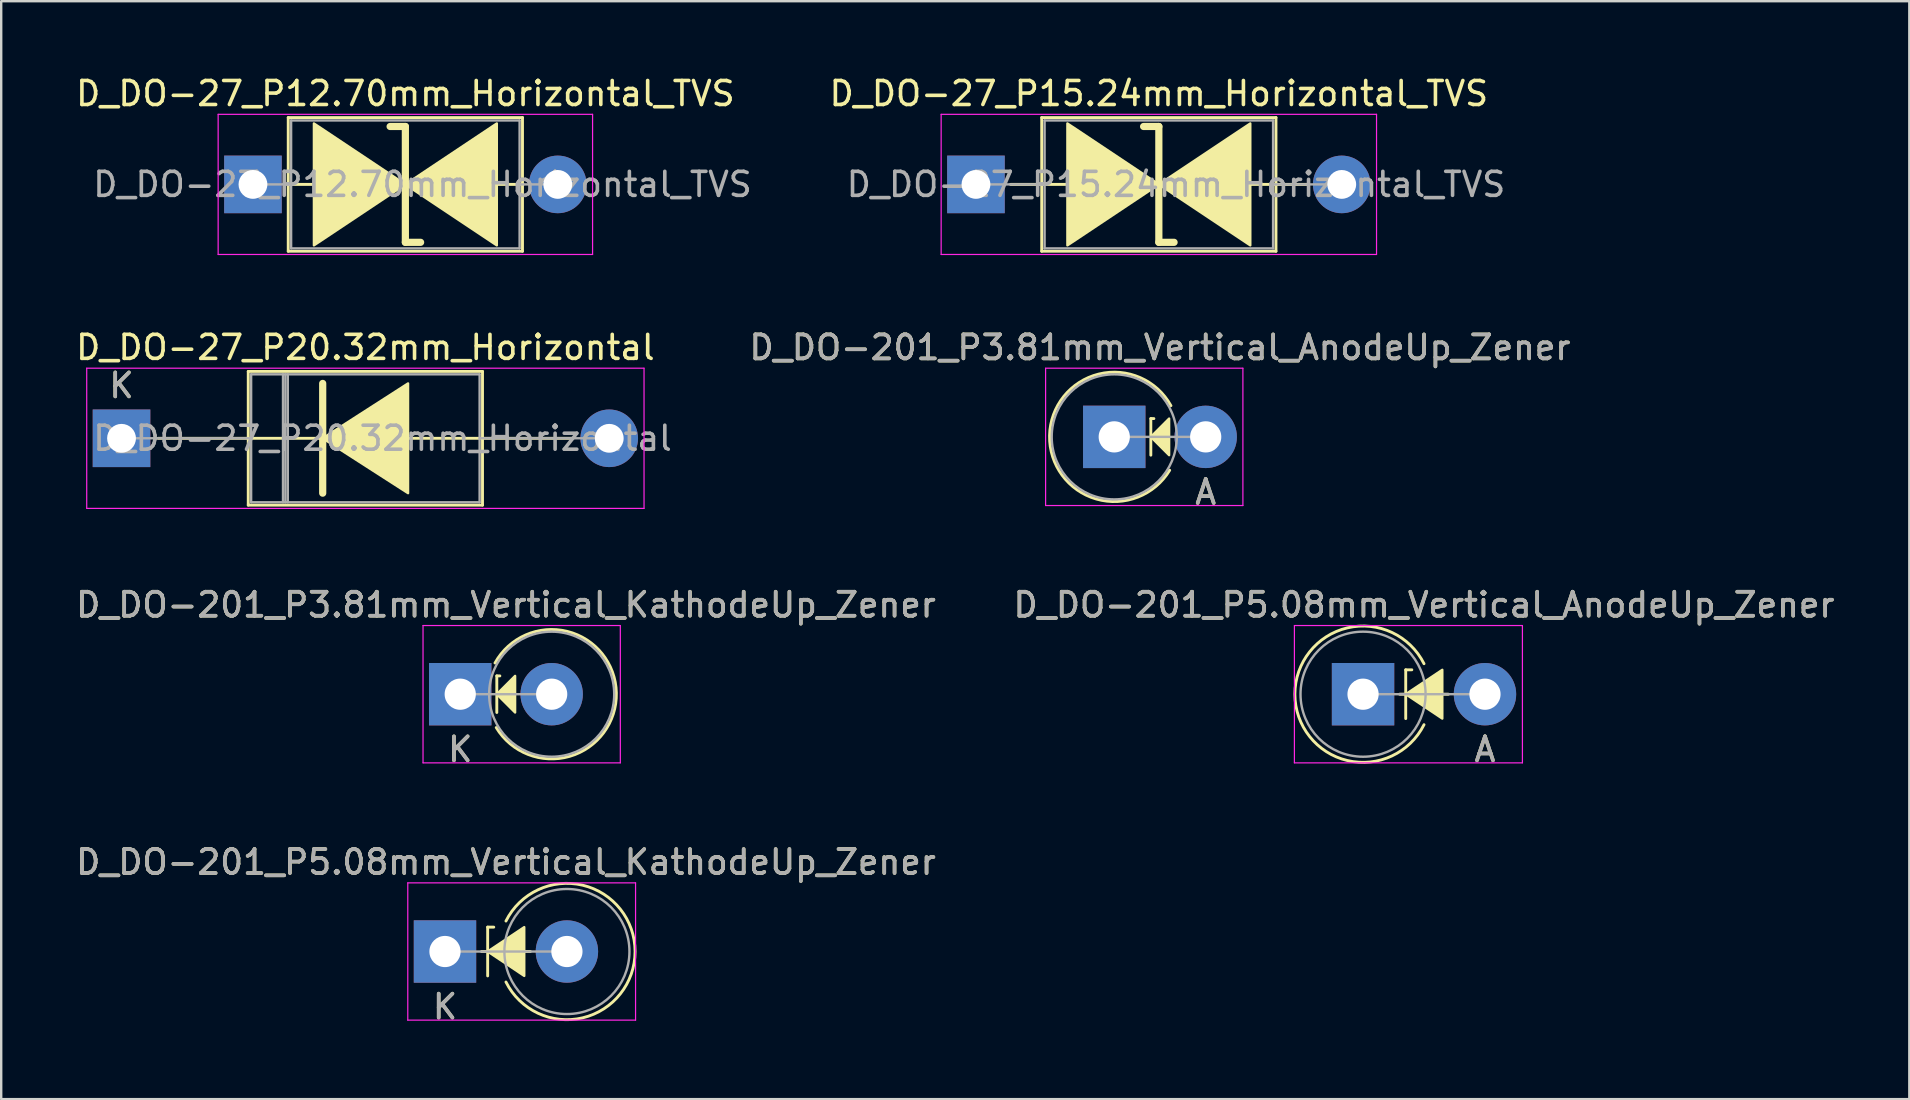
<source format=kicad_pcb>
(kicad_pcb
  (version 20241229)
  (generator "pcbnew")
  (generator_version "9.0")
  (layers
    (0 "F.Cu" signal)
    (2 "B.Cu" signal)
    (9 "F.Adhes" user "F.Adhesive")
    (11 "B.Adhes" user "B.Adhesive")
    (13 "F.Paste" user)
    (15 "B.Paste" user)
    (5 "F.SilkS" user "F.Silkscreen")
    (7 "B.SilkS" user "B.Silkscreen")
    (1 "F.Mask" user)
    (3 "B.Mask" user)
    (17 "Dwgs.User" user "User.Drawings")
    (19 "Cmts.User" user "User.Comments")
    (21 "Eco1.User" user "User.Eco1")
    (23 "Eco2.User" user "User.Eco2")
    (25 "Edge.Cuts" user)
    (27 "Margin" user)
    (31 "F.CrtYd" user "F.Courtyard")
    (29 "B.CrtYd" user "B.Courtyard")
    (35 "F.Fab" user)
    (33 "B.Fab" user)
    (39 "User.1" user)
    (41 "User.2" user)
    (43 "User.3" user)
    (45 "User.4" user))
  (footprint "D_DO-27_P12.70mm_Horizontal_TVS"
    (layer "F.Cu")
    (at 7.489 4.633)
    (property "Reference" "D_DO-27_P12.70mm_Horizontal_TVS" (at 6.35 -3.785 0) (layer "F.SilkS") (effects (font (size 1 1) (thickness 0.15))))
    (attr through_hole)
    (fp_line (start 1.44 0) (end 1.47 0) (stroke (width 0.12) (type solid)) (layer "F.SilkS"))
    (fp_line (start 1.47 -2.785) (end 1.47 2.785) (stroke (width 0.12) (type solid)) (layer "F.SilkS"))
    (fp_line (start 1.47 0) (end 2.54 0) (stroke (width 0.12) (type solid)) (layer "F.SilkS"))
    (fp_line (start 1.47 2.785) (end 11.23 2.785) (stroke (width 0.12) (type solid)) (layer "F.SilkS"))
    (fp_line (start 6.35 -2.413) (end 5.715 -2.413) (stroke (width 0.3) (type solid)) (layer "F.SilkS"))
    (fp_line (start 6.35 2.413) (end 6.35 -2.413) (stroke (width 0.3) (type solid)) (layer "F.SilkS"))
    (fp_line (start 6.985 2.413) (end 6.35 2.413) (stroke (width 0.3) (type solid)) (layer "F.SilkS"))
    (fp_line (start 10.16 0) (end 11.23 0) (stroke (width 0.12) (type solid)) (layer "F.SilkS"))
    (fp_line (start 11.23 -2.785) (end 1.47 -2.785) (stroke (width 0.12) (type solid)) (layer "F.SilkS"))
    (fp_line (start 11.23 2.785) (end 11.23 -2.785) (stroke (width 0.12) (type solid)) (layer "F.SilkS"))
    (fp_line (start 11.26 0) (end 11.23 0) (stroke (width 0.12) (type solid)) (layer "F.SilkS"))
    (fp_poly (pts (xy 6.35 0) (xy 2.54 2.54) (xy 2.54 -2.54)) (stroke (width 0.1) (type solid)) (fill yes) (layer "F.SilkS"))
    (fp_poly (pts (xy 6.35 0) (xy 10.16 -2.54) (xy 10.16 2.54)) (stroke (width 0.1) (type solid)) (fill yes) (layer "F.SilkS"))
    (fp_line (start -1.45 -2.92) (end -1.45 2.92) (stroke (width 0.05) (type solid)) (layer "F.CrtYd"))
    (fp_line (start -1.45 2.92) (end 14.15 2.92) (stroke (width 0.05) (type solid)) (layer "F.CrtYd"))
    (fp_line (start 14.15 -2.92) (end -1.45 -2.92) (stroke (width 0.05) (type solid)) (layer "F.CrtYd"))
    (fp_line (start 14.15 2.92) (end 14.15 -2.92) (stroke (width 0.05) (type solid)) (layer "F.CrtYd"))
    (fp_line (start 0 0) (end 1.59 0) (stroke (width 0.1) (type solid)) (layer "F.Fab"))
    (fp_line (start 1.59 -2.665) (end 1.59 2.665) (stroke (width 0.1) (type solid)) (layer "F.Fab"))
    (fp_line (start 1.59 2.665) (end 11.11 2.665) (stroke (width 0.1) (type solid)) (layer "F.Fab"))
    (fp_line (start 11.11 -2.665) (end 1.59 -2.665) (stroke (width 0.1) (type solid)) (layer "F.Fab"))
    (fp_line (start 11.11 2.665) (end 11.11 -2.665) (stroke (width 0.1) (type solid)) (layer "F.Fab"))
    (fp_line (start 12.7 0) (end 11.11 0) (stroke (width 0.1) (type solid)) (layer "F.Fab"))
    (fp_text user "${REFERENCE}" (at 7.064 0 0) (layer "F.Fab") (effects (font (size 1 1) (thickness 0.15))))
    (pad "1" thru_hole rect (at 0 0) (size 2.4 2.4) (drill 1.2) (layers "*.Cu" "*.Mask"))
    (pad "2" thru_hole oval (at 12.7 0) (size 2.4 2.4) (drill 1.2) (layers "*.Cu" "*.Mask")))
  (footprint "D_DO-201_P3.81mm_Vertical_AnodeUp_Zener"
    (layer "F.Cu")
    (at 43.374 15.152)
    (property "Reference" "D_DO-201_P3.81mm_Vertical_AnodeUp_Zener" (at 1.905 -3.725 0) (layer "F.SilkS") (effects (font (size 1 1) (thickness 0.15))))
    (attr through_hole)
    (fp_line (start 1.524 -0.762) (end 1.524 0.762) (stroke (width 0.12) (type solid)) (layer "F.SilkS"))
    (fp_line (start 1.524 -0.762) (end 1.651 -0.762) (stroke (width 0.12) (type solid)) (layer "F.SilkS"))
    (fp_arc (start 2.30942 1.390181) (mid -2.695054 -0.052035) (end 2.361361 -1.3) (stroke (width 0.12) (type solid)) (layer "F.SilkS"))
    (fp_poly (pts (xy 2.286 0.762) (xy 1.524 0) (xy 2.286 -0.762)) (stroke (width 0.1) (type solid)) (fill yes) (layer "F.SilkS"))
    (fp_line (start -2.86 -2.86) (end -2.86 2.86) (stroke (width 0.05) (type solid)) (layer "F.CrtYd"))
    (fp_line (start -2.86 2.86) (end 5.36 2.86) (stroke (width 0.05) (type solid)) (layer "F.CrtYd"))
    (fp_line (start 5.36 -2.86) (end -2.86 -2.86) (stroke (width 0.05) (type solid)) (layer "F.CrtYd"))
    (fp_line (start 5.36 2.86) (end 5.36 -2.86) (stroke (width 0.05) (type solid)) (layer "F.CrtYd"))
    (fp_line (start 0 0) (end 3.81 0) (stroke (width 0.1) (type solid)) (layer "F.Fab"))
    (fp_circle (center 0 0) (end 2.605 0) (stroke (width 0.1) (type solid)) (fill no) (layer "F.Fab"))
    (fp_text user "A" (at 3.81 2.3 0) (layer "F.SilkS") (effects (font (size 1 1) (thickness 0.15))))
    (fp_text user "${REFERENCE}" (at 1.905 -3.725 0) (layer "F.Fab") (effects (font (size 1 1) (thickness 0.15))))
    (fp_text user "A" (at 3.81 2.3 0) (layer "F.Fab") (effects (font (size 1 1) (thickness 0.15))))
    (pad "1" thru_hole rect (at 0 0) (size 2.6 2.6) (drill 1.3) (layers "*.Cu" "*.Mask"))
    (pad "2" thru_hole oval (at 3.81 0) (size 2.6 2.6) (drill 1.3) (layers "*.Cu" "*.Mask")))
  (footprint "D_DO-27_P15.24mm_Horizontal_TVS"
    (layer "F.Cu")
    (at 37.612 4.633)
    (property "Reference" "D_DO-27_P15.24mm_Horizontal_TVS" (at 7.62 -3.785 0) (layer "F.SilkS") (effects (font (size 1 1) (thickness 0.15))))
    (attr through_hole)
    (fp_line (start 1.44 0) (end 2.74 0) (stroke (width 0.12) (type solid)) (layer "F.SilkS"))
    (fp_line (start 2.74 -2.785) (end 2.74 2.785) (stroke (width 0.12) (type solid)) (layer "F.SilkS"))
    (fp_line (start 2.74 0) (end 3.81 0) (stroke (width 0.12) (type solid)) (layer "F.SilkS"))
    (fp_line (start 2.74 2.785) (end 12.5 2.785) (stroke (width 0.12) (type solid)) (layer "F.SilkS"))
    (fp_line (start 7.62 -2.413) (end 6.985 -2.413) (stroke (width 0.3) (type solid)) (layer "F.SilkS"))
    (fp_line (start 7.62 2.413) (end 7.62 -2.413) (stroke (width 0.3) (type solid)) (layer "F.SilkS"))
    (fp_line (start 8.255 2.413) (end 7.62 2.413) (stroke (width 0.3) (type solid)) (layer "F.SilkS"))
    (fp_line (start 11.43 0) (end 12.5 0) (stroke (width 0.12) (type solid)) (layer "F.SilkS"))
    (fp_line (start 12.5 -2.785) (end 2.74 -2.785) (stroke (width 0.12) (type solid)) (layer "F.SilkS"))
    (fp_line (start 12.5 2.785) (end 12.5 -2.785) (stroke (width 0.12) (type solid)) (layer "F.SilkS"))
    (fp_line (start 13.8 0) (end 12.5 0) (stroke (width 0.12) (type solid)) (layer "F.SilkS"))
    (fp_poly (pts (xy 7.62 0) (xy 3.81 2.54) (xy 3.81 -2.54)) (stroke (width 0.1) (type solid)) (fill yes) (layer "F.SilkS"))
    (fp_poly (pts (xy 7.62 0) (xy 11.43 -2.54) (xy 11.43 2.54)) (stroke (width 0.1) (type solid)) (fill yes) (layer "F.SilkS"))
    (fp_line (start -1.45 -2.92) (end -1.45 2.92) (stroke (width 0.05) (type solid)) (layer "F.CrtYd"))
    (fp_line (start -1.45 2.92) (end 16.69 2.92) (stroke (width 0.05) (type solid)) (layer "F.CrtYd"))
    (fp_line (start 16.69 -2.92) (end -1.45 -2.92) (stroke (width 0.05) (type solid)) (layer "F.CrtYd"))
    (fp_line (start 16.69 2.92) (end 16.69 -2.92) (stroke (width 0.05) (type solid)) (layer "F.CrtYd"))
    (fp_line (start 0 0) (end 2.86 0) (stroke (width 0.1) (type solid)) (layer "F.Fab"))
    (fp_line (start 2.86 -2.665) (end 2.86 2.665) (stroke (width 0.1) (type solid)) (layer "F.Fab"))
    (fp_line (start 2.86 2.665) (end 12.38 2.665) (stroke (width 0.1) (type solid)) (layer "F.Fab"))
    (fp_line (start 12.38 -2.665) (end 2.86 -2.665) (stroke (width 0.1) (type solid)) (layer "F.Fab"))
    (fp_line (start 12.38 2.665) (end 12.38 -2.665) (stroke (width 0.1) (type solid)) (layer "F.Fab"))
    (fp_line (start 15.24 0) (end 12.38 0) (stroke (width 0.1) (type solid)) (layer "F.Fab"))
    (fp_text user "${REFERENCE}" (at 8.334 0 0) (layer "F.Fab") (effects (font (size 1 1) (thickness 0.15))))
    (pad "1" thru_hole rect (at 0 0) (size 2.4 2.4) (drill 1.2) (layers "*.Cu" "*.Mask"))
    (pad "2" thru_hole oval (at 15.24 0) (size 2.4 2.4) (drill 1.2) (layers "*.Cu" "*.Mask")))
  (footprint "D_DO-201_P3.81mm_Vertical_KathodeUp_Zener"
    (layer "F.Cu")
    (at 16.125 25.873)
    (property "Reference" "D_DO-201_P3.81mm_Vertical_KathodeUp_Zener" (at 1.905 -3.725 0) (layer "F.SilkS") (effects (font (size 1 1) (thickness 0.15))))
    (attr through_hole)
    (fp_line (start 1.524 -0.762) (end 1.524 0.762) (stroke (width 0.12) (type solid)) (layer "F.SilkS"))
    (fp_line (start 1.524 -0.762) (end 1.651 -0.762) (stroke (width 0.12) (type solid)) (layer "F.SilkS"))
    (fp_arc (start 1.448639 -1.3) (mid 6.505054 -0.052035) (end 1.50058 1.390181) (stroke (width 0.12) (type solid)) (layer "F.SilkS"))
    (fp_poly (pts (xy 2.286 0.762) (xy 1.524 0) (xy 2.286 -0.762)) (stroke (width 0.1) (type solid)) (fill yes) (layer "F.SilkS"))
    (fp_line (start -1.55 -2.86) (end -1.55 2.86) (stroke (width 0.05) (type solid)) (layer "F.CrtYd"))
    (fp_line (start -1.55 2.86) (end 6.67 2.86) (stroke (width 0.05) (type solid)) (layer "F.CrtYd"))
    (fp_line (start 6.67 -2.86) (end -1.55 -2.86) (stroke (width 0.05) (type solid)) (layer "F.CrtYd"))
    (fp_line (start 6.67 2.86) (end 6.67 -2.86) (stroke (width 0.05) (type solid)) (layer "F.CrtYd"))
    (fp_line (start 0 0) (end 3.81 0) (stroke (width 0.1) (type solid)) (layer "F.Fab"))
    (fp_circle (center 3.81 0) (end 6.415 0) (stroke (width 0.1) (type solid)) (fill no) (layer "F.Fab"))
    (fp_text user "K" (at 0 2.3 0) (layer "F.SilkS") (effects (font (size 1 1) (thickness 0.15))))
    (fp_text user "K" (at 0 2.3 0) (layer "F.Fab") (effects (font (size 1 1) (thickness 0.15))))
    (fp_text user "${REFERENCE}" (at 1.905 -3.725 0) (layer "F.Fab") (effects (font (size 1 1) (thickness 0.15))))
    (pad "1" thru_hole rect (at 0 0) (size 2.6 2.6) (drill 1.3) (layers "*.Cu" "*.Mask"))
    (pad "2" thru_hole oval (at 3.81 0) (size 2.6 2.6) (drill 1.3) (layers "*.Cu" "*.Mask")))
  (footprint "D_DO-27_P20.32mm_Horizontal"
    (layer "F.Cu")
    (at 2.013 15.211)
    (property "Reference" "D_DO-27_P20.32mm_Horizontal" (at 10.16 -3.785 0) (layer "F.SilkS") (effects (font (size 1 1) (thickness 0.15))))
    (attr through_hole)
    (fp_line (start 1.524 0) (end 5.28 0) (stroke (width 0.12) (type solid)) (layer "F.SilkS"))
    (fp_line (start 5.28 -2.785) (end 5.28 2.785) (stroke (width 0.12) (type solid)) (layer "F.SilkS"))
    (fp_line (start 5.28 2.785) (end 15.04 2.785) (stroke (width 0.12) (type solid)) (layer "F.SilkS"))
    (fp_line (start 8.382 -2.286) (end 8.382 2.286) (stroke (width 0.3) (type solid)) (layer "F.SilkS"))
    (fp_line (start 8.382 0) (end 5.28 0) (stroke (width 0.12) (type solid)) (layer "F.SilkS"))
    (fp_line (start 11.811 0) (end 15.04 0) (stroke (width 0.12) (type solid)) (layer "F.SilkS"))
    (fp_line (start 15.04 -2.785) (end 5.28 -2.785) (stroke (width 0.12) (type solid)) (layer "F.SilkS"))
    (fp_line (start 15.04 2.785) (end 15.04 -2.785) (stroke (width 0.12) (type solid)) (layer "F.SilkS"))
    (fp_line (start 18.796 0) (end 15.04 0) (stroke (width 0.12) (type solid)) (layer "F.SilkS"))
    (fp_poly (pts (xy 11.938 2.286) (xy 8.382 0) (xy 11.938 -2.286)) (stroke (width 0.1) (type solid)) (fill yes) (layer "F.SilkS"))
    (fp_line (start -1.45 -2.92) (end -1.45 2.92) (stroke (width 0.05) (type solid)) (layer "F.CrtYd"))
    (fp_line (start -1.45 2.92) (end 21.77 2.92) (stroke (width 0.05) (type solid)) (layer "F.CrtYd"))
    (fp_line (start 21.77 -2.92) (end -1.45 -2.92) (stroke (width 0.05) (type solid)) (layer "F.CrtYd"))
    (fp_line (start 21.77 2.92) (end 21.77 -2.92) (stroke (width 0.05) (type solid)) (layer "F.CrtYd"))
    (fp_line (start 0 0) (end 5.4 0) (stroke (width 0.1) (type solid)) (layer "F.Fab"))
    (fp_line (start 5.4 -2.665) (end 5.4 2.665) (stroke (width 0.1) (type solid)) (layer "F.Fab"))
    (fp_line (start 5.4 2.665) (end 14.92 2.665) (stroke (width 0.1) (type solid)) (layer "F.Fab"))
    (fp_line (start 6.728 -2.665) (end 6.728 2.665) (stroke (width 0.1) (type solid)) (layer "F.Fab"))
    (fp_line (start 6.828 -2.665) (end 6.828 2.665) (stroke (width 0.1) (type solid)) (layer "F.Fab"))
    (fp_line (start 6.928 -2.665) (end 6.928 2.665) (stroke (width 0.1) (type solid)) (layer "F.Fab"))
    (fp_line (start 14.92 -2.665) (end 5.4 -2.665) (stroke (width 0.1) (type solid)) (layer "F.Fab"))
    (fp_line (start 14.92 2.665) (end 14.92 -2.665) (stroke (width 0.1) (type solid)) (layer "F.Fab"))
    (fp_line (start 20.32 0) (end 14.92 0) (stroke (width 0.1) (type solid)) (layer "F.Fab"))
    (fp_text user "K" (at 0 -2.2 0) (layer "F.SilkS") (effects (font (size 1 1) (thickness 0.15))))
    (fp_text user "${REFERENCE}" (at 10.874 0 0) (layer "F.Fab") (effects (font (size 1 1) (thickness 0.15))))
    (fp_text user "K" (at 0 -2.2 0) (layer "F.Fab") (effects (font (size 1 1) (thickness 0.15))))
    (pad "1" thru_hole rect (at 0 0) (size 2.4 2.4) (drill 1.2) (layers "*.Cu" "*.Mask"))
    (pad "2" thru_hole oval (at 20.32 0) (size 2.4 2.4) (drill 1.2) (layers "*.Cu" "*.Mask")))
  (footprint "D_DO-201_P5.08mm_Vertical_AnodeUp_Zener"
    (layer "F.Cu")
    (at 53.74 25.873)
    (property "Reference" "D_DO-201_P5.08mm_Vertical_AnodeUp_Zener" (at 2.54 -3.725 0) (layer "F.SilkS") (effects (font (size 1 1) (thickness 0.15))))
    (attr through_hole)
    (fp_line (start 1.524 0) (end 3.556 0) (stroke (width 0.12) (type solid)) (layer "F.SilkS"))
    (fp_line (start 1.778 -1.016) (end 2.032 -1.016) (stroke (width 0.12) (type solid)) (layer "F.SilkS"))
    (fp_line (start 1.778 1.016) (end 1.778 -1.016) (stroke (width 0.12) (type solid)) (layer "F.SilkS"))
    (fp_arc (start 2.539999 1.27) (mid -2.839805 0.000001) (end 2.539999 -1.269999) (stroke (width 0.12) (type solid)) (layer "F.SilkS"))
    (fp_poly (pts (xy 3.302 1.016) (xy 1.778 0) (xy 3.302 -1.016)) (stroke (width 0.1) (type solid)) (fill yes) (layer "F.SilkS"))
    (fp_line (start -2.86 -2.86) (end -2.86 2.86) (stroke (width 0.05) (type solid)) (layer "F.CrtYd"))
    (fp_line (start -2.86 2.86) (end 6.64 2.86) (stroke (width 0.05) (type solid)) (layer "F.CrtYd"))
    (fp_line (start 6.64 -2.86) (end -2.86 -2.86) (stroke (width 0.05) (type solid)) (layer "F.CrtYd"))
    (fp_line (start 6.64 2.86) (end 6.64 -2.86) (stroke (width 0.05) (type solid)) (layer "F.CrtYd"))
    (fp_line (start 0 0) (end 5.08 0) (stroke (width 0.1) (type solid)) (layer "F.Fab"))
    (fp_circle (center 0 0) (end 2.605 0) (stroke (width 0.1) (type solid)) (fill no) (layer "F.Fab"))
    (fp_text user "A" (at 5.08 2.3 0) (layer "F.SilkS") (effects (font (size 1 1) (thickness 0.15))))
    (fp_text user "${REFERENCE}" (at 2.54 -3.725 0) (layer "F.Fab") (effects (font (size 1 1) (thickness 0.15))))
    (fp_text user "A" (at 5.08 2.3 0) (layer "F.Fab") (effects (font (size 1 1) (thickness 0.15))))
    (pad "1" thru_hole rect (at 0 0) (size 2.6 2.6) (drill 1.3) (layers "*.Cu" "*.Mask"))
    (pad "2" thru_hole oval (at 5.08 0) (size 2.6 2.6) (drill 1.3) (layers "*.Cu" "*.Mask")))
  (footprint "D_DO-201_P5.08mm_Vertical_KathodeUp_Zener"
    (layer "F.Cu")
    (at 15.49 36.594)
    (property "Reference" "D_DO-201_P5.08mm_Vertical_KathodeUp_Zener" (at 2.54 -3.725 0) (layer "F.SilkS") (effects (font (size 1 1) (thickness 0.15))))
    (attr through_hole)
    (fp_line (start 1.524 0) (end 3.556 0) (stroke (width 0.12) (type solid)) (layer "F.SilkS"))
    (fp_line (start 1.778 -1.016) (end 2.032 -1.016) (stroke (width 0.12) (type solid)) (layer "F.SilkS"))
    (fp_line (start 1.778 1.016) (end 1.778 -1.016) (stroke (width 0.12) (type solid)) (layer "F.SilkS"))
    (fp_arc (start 2.539999 -1.269999) (mid 7.919803 0.000001) (end 2.539999 1.27) (stroke (width 0.12) (type solid)) (layer "F.SilkS"))
    (fp_poly (pts (xy 3.302 1.016) (xy 1.778 0) (xy 3.302 -1.016)) (stroke (width 0.1) (type solid)) (fill yes) (layer "F.SilkS"))
    (fp_line (start -1.55 -2.86) (end -1.55 2.86) (stroke (width 0.05) (type solid)) (layer "F.CrtYd"))
    (fp_line (start -1.55 2.86) (end 7.94 2.86) (stroke (width 0.05) (type solid)) (layer "F.CrtYd"))
    (fp_line (start 7.94 -2.86) (end -1.55 -2.86) (stroke (width 0.05) (type solid)) (layer "F.CrtYd"))
    (fp_line (start 7.94 2.86) (end 7.94 -2.86) (stroke (width 0.05) (type solid)) (layer "F.CrtYd"))
    (fp_line (start 0 0) (end 5.08 0) (stroke (width 0.1) (type solid)) (layer "F.Fab"))
    (fp_circle (center 5.08 0) (end 7.685 0) (stroke (width 0.1) (type solid)) (fill no) (layer "F.Fab"))
    (fp_text user "K" (at 0 2.3 0) (layer "F.SilkS") (effects (font (size 1 1) (thickness 0.15))))
    (fp_text user "K" (at 0 2.3 0) (layer "F.Fab") (effects (font (size 1 1) (thickness 0.15))))
    (fp_text user "${REFERENCE}" (at 2.54 -3.725 0) (layer "F.Fab") (effects (font (size 1 1) (thickness 0.15))))
    (pad "1" thru_hole rect (at 0 0) (size 2.6 2.6) (drill 1.3) (layers "*.Cu" "*.Mask"))
    (pad "2" thru_hole oval (at 5.08 0) (size 2.6 2.6) (drill 1.3) (layers "*.Cu" "*.Mask")))
  (gr_rect
    (start -3 -3)
    (end 76.5 42.743)
    (stroke (width 0.1) (type default))
    (fill no)
    (layer "Edge.Cuts")))
</source>
